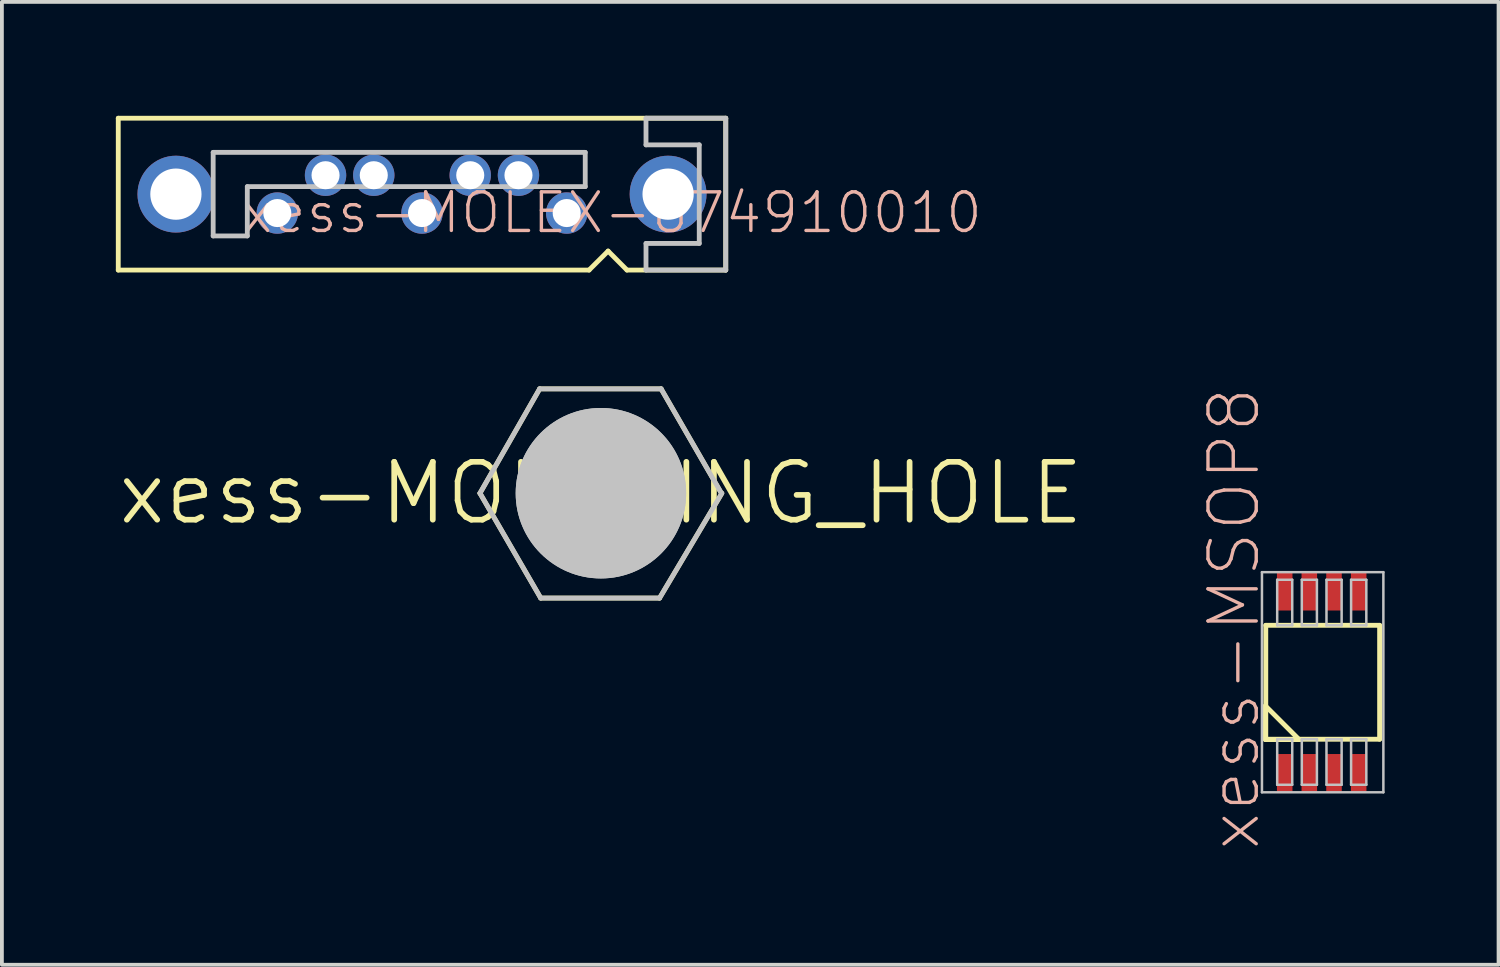
<source format=kicad_pcb>
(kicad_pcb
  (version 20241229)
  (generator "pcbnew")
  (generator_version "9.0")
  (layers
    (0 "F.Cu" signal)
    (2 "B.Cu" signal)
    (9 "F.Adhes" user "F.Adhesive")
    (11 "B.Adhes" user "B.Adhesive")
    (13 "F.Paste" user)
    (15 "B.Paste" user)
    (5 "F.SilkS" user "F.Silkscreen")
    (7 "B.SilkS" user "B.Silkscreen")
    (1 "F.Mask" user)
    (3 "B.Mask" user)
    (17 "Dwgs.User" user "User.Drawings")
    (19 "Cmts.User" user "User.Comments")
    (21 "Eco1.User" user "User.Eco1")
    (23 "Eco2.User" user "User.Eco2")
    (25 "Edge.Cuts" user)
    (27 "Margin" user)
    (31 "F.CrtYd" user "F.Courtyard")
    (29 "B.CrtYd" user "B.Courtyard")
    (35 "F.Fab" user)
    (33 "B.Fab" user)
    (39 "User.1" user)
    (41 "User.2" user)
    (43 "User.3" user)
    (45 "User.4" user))
  (footprint "xess-MOUNTING_HOLE"
    (layer "F.Cu")
    (at 12.773 9.937)
    (property "Reference" "xess-MOUNTING_HOLE" (at 0 0 0) (layer "F.SilkS") (effects (font (size 1.524 1.524) (thickness 0.15))))
    (attr exclude_from_pos_files exclude_from_bom)
    (fp_line (start -3.185 0) (end -1.585 2.761) (stroke (width 0.127) (type solid)) (layer "F.SilkS"))
    (fp_line (start -1.613 -2.748) (end -3.185 0) (stroke (width 0.127) (type solid)) (layer "F.SilkS"))
    (fp_line (start -1.587 0) (end 1.587 0) (stroke (width 0.127) (type solid)) (layer "F.SilkS"))
    (fp_line (start -1.585 2.761) (end 1.544 2.761) (stroke (width 0.127) (type solid)) (layer "F.SilkS"))
    (fp_line (start 0 1.587) (end 0 -1.587) (stroke (width 0.127) (type solid)) (layer "F.SilkS"))
    (fp_line (start 1.544 2.761) (end 3.185 0) (stroke (width 0.127) (type solid)) (layer "F.SilkS"))
    (fp_line (start 1.585 -2.748) (end -1.613 -2.748) (stroke (width 0.127) (type solid)) (layer "F.SilkS"))
    (fp_line (start 3.172 0) (end 1.585 -2.748) (stroke (width 0.127) (type solid)) (layer "F.SilkS"))
    (fp_circle (center 0 0) (end -0.792 0.792) (stroke (width 0.127) (type solid)) (fill no) (layer "F.SilkS"))
    (fp_line (start -3.185 0) (end -1.585 2.761) (stroke (width 0.127) (type solid)) (layer "Dwgs.User"))
    (fp_line (start -1.613 -2.748) (end -3.185 0) (stroke (width 0.127) (type solid)) (layer "Dwgs.User"))
    (fp_line (start -1.585 2.761) (end 1.544 2.761) (stroke (width 0.127) (type solid)) (layer "Dwgs.User"))
    (fp_line (start 1.544 2.761) (end 3.185 0) (stroke (width 0.127) (type solid)) (layer "Dwgs.User"))
    (fp_line (start 1.585 -2.748) (end -1.613 -2.748) (stroke (width 0.127) (type solid)) (layer "Dwgs.User"))
    (fp_line (start 3.172 0) (end 1.585 -2.748) (stroke (width 0.127) (type solid)) (layer "Dwgs.User"))
    (fp_circle (center 0 0) (end -1.587 1.587) (stroke (width 0) (type solid)) (fill yes) (layer "Dwgs.User"))
    (fp_circle (center 0 0) (end -1.587 1.587) (stroke (width 0) (type solid)) (fill yes) (layer "Dwgs.User")))
  (footprint "xess-MOLEX-674910010"
    (layer "F.Cu")
    (at 8.062 2.062)
    (property "Reference" "xess-MOLEX-674910010" (at 5.006 0.49 0) (layer "B.SilkS") (effects (font (size 1.016 1.016) (thickness 0.089))))
    (attr exclude_from_pos_files exclude_from_bom)
    (fp_line (start -7.998 -1.999) (end -7.998 1.999) (stroke (width 0.127) (type solid)) (layer "F.SilkS"))
    (fp_line (start -7.998 1.999) (end 4.399 1.999) (stroke (width 0.127) (type solid)) (layer "F.SilkS"))
    (fp_line (start 4.399 1.999) (end 4.9 1.499) (stroke (width 0.127) (type solid)) (layer "F.SilkS"))
    (fp_line (start 4.9 1.499) (end 5.397 1.999) (stroke (width 0.127) (type solid)) (layer "F.SilkS"))
    (fp_line (start 5.397 1.999) (end 7.998 1.999) (stroke (width 0.127) (type solid)) (layer "F.SilkS"))
    (fp_line (start 7.998 -1.999) (end -7.998 -1.999) (stroke (width 0.127) (type solid)) (layer "F.SilkS"))
    (fp_line (start 7.998 1.999) (end 7.998 -1.999) (stroke (width 0.127) (type solid)) (layer "F.SilkS"))
    (fp_line (start -5.499 -1.1) (end -5.499 1.1) (stroke (width 0.127) (type solid)) (layer "Dwgs.User"))
    (fp_line (start -5.499 1.1) (end -4.6 1.1) (stroke (width 0.127) (type solid)) (layer "Dwgs.User"))
    (fp_line (start -4.6 -0.198) (end 4.298 -0.198) (stroke (width 0.127) (type solid)) (layer "Dwgs.User"))
    (fp_line (start -4.6 1.1) (end -4.6 -0.198) (stroke (width 0.127) (type solid)) (layer "Dwgs.User"))
    (fp_line (start 4.298 -1.1) (end -5.499 -1.1) (stroke (width 0.127) (type solid)) (layer "Dwgs.User"))
    (fp_line (start 4.298 -0.198) (end 4.298 -1.1) (stroke (width 0.127) (type solid)) (layer "Dwgs.User"))
    (fp_line (start 5.898 -1.999) (end 5.898 -1.298) (stroke (width 0.127) (type solid)) (layer "Dwgs.User"))
    (fp_line (start 5.898 -1.298) (end 7.3 -1.298) (stroke (width 0.127) (type solid)) (layer "Dwgs.User"))
    (fp_line (start 5.898 1.298) (end 5.898 1.999) (stroke (width 0.127) (type solid)) (layer "Dwgs.User"))
    (fp_line (start 5.898 1.999) (end 7.998 1.999) (stroke (width 0.127) (type solid)) (layer "Dwgs.User"))
    (fp_line (start 7.3 -1.298) (end 7.3 1.298) (stroke (width 0.127) (type solid)) (layer "Dwgs.User"))
    (fp_line (start 7.3 1.298) (end 5.898 1.298) (stroke (width 0.127) (type solid)) (layer "Dwgs.User"))
    (fp_line (start 7.998 -1.999) (end 5.898 -1.999) (stroke (width 0.127) (type solid)) (layer "Dwgs.User"))
    (fp_line (start 7.998 1.999) (end 7.998 -1.999) (stroke (width 0.127) (type solid)) (layer "Dwgs.User"))
    (pad "1" thru_hole circle (at 3.81 0.498) (size 1.09 1.09) (drill 0.739) (layers "*.Cu" "*.Mask"))
    (pad "2" thru_hole circle (at 2.54 -0.498) (size 1.09 1.09) (drill 0.739) (layers "*.Cu" "*.Mask"))
    (pad "3" thru_hole circle (at 1.27 -0.498) (size 1.09 1.09) (drill 0.739) (layers "*.Cu" "*.Mask"))
    (pad "4" thru_hole circle (at 0 0.498) (size 1.09 1.09) (drill 0.739) (layers "*.Cu" "*.Mask"))
    (pad "5" thru_hole circle (at -1.27 -0.498) (size 1.09 1.09) (drill 0.739) (layers "*.Cu" "*.Mask"))
    (pad "6" thru_hole circle (at -2.54 -0.498) (size 1.09 1.09) (drill 0.739) (layers "*.Cu" "*.Mask"))
    (pad "7" thru_hole circle (at -3.81 0.498) (size 1.09 1.09) (drill 0.739) (layers "*.Cu" "*.Mask"))
    (pad "P1" thru_hole circle (at 6.48 0) (size 2.024 2.024) (drill 1.349) (layers "*.Cu" "*.Mask"))
    (pad "P2" thru_hole circle (at -6.48 0) (size 2.024 2.024) (drill 1.349) (layers "*.Cu" "*.Mask")))
  (footprint "xess-MSOP8"
    (layer "F.Cu")
    (at 30.778 17.314)
    (property "Reference" "xess-MSOP8" (at -1.333 -4.074 90) (layer "B.SilkS") (effects (font (size 1.27 1.27) (thickness 0.089))))
    (attr smd)
    (fp_line (start -0.508 -1.778) (end -0.508 -0.889) (stroke (width 0.127) (type solid)) (layer "F.SilkS"))
    (fp_line (start -0.508 -0.889) (end 0.381 -0.889) (stroke (width 0.127) (type solid)) (layer "F.SilkS"))
    (fp_line (start -0.498 -3.899) (end -0.498 -0.899) (stroke (width 0.127) (type solid)) (layer "F.SilkS"))
    (fp_line (start -0.498 -0.899) (end 2.499 -0.899) (stroke (width 0.127) (type solid)) (layer "F.SilkS"))
    (fp_line (start 0.381 -0.889) (end -0.508 -1.778) (stroke (width 0.127) (type solid)) (layer "F.SilkS"))
    (fp_line (start 2.499 -3.899) (end -0.498 -3.899) (stroke (width 0.127) (type solid)) (layer "F.SilkS"))
    (fp_line (start 2.499 -0.899) (end 2.499 -3.899) (stroke (width 0.127) (type solid)) (layer "F.SilkS"))
    (fp_line (start -0.599 -5.298) (end 2.598 -5.298) (stroke (width 0.066) (type solid)) (layer "Dwgs.User"))
    (fp_line (start -0.599 0.498) (end -0.599 -5.298) (stroke (width 0.066) (type solid)) (layer "Dwgs.User"))
    (fp_line (start -0.599 0.498) (end 2.598 0.498) (stroke (width 0.066) (type solid)) (layer "Dwgs.User"))
    (fp_line (start -0.198 -5.098) (end 0.198 -5.098) (stroke (width 0.066) (type solid)) (layer "Dwgs.User"))
    (fp_line (start -0.198 -3.899) (end -0.198 -5.098) (stroke (width 0.066) (type solid)) (layer "Dwgs.User"))
    (fp_line (start -0.198 -3.899) (end 0.198 -3.899) (stroke (width 0.066) (type solid)) (layer "Dwgs.User"))
    (fp_line (start -0.198 -0.899) (end 0.198 -0.899) (stroke (width 0.066) (type solid)) (layer "Dwgs.User"))
    (fp_line (start -0.198 0.3) (end -0.198 -0.899) (stroke (width 0.066) (type solid)) (layer "Dwgs.User"))
    (fp_line (start -0.198 0.3) (end 0.198 0.3) (stroke (width 0.066) (type solid)) (layer "Dwgs.User"))
    (fp_line (start 0.198 -3.899) (end 0.198 -5.098) (stroke (width 0.066) (type solid)) (layer "Dwgs.User"))
    (fp_line (start 0.198 0.3) (end 0.198 -0.899) (stroke (width 0.066) (type solid)) (layer "Dwgs.User"))
    (fp_line (start 0.45 -5.098) (end 0.848 -5.098) (stroke (width 0.066) (type solid)) (layer "Dwgs.User"))
    (fp_line (start 0.45 -3.899) (end 0.45 -5.098) (stroke (width 0.066) (type solid)) (layer "Dwgs.User"))
    (fp_line (start 0.45 -3.899) (end 0.848 -3.899) (stroke (width 0.066) (type solid)) (layer "Dwgs.User"))
    (fp_line (start 0.45 -0.899) (end 0.848 -0.899) (stroke (width 0.066) (type solid)) (layer "Dwgs.User"))
    (fp_line (start 0.45 0.3) (end 0.45 -0.899) (stroke (width 0.066) (type solid)) (layer "Dwgs.User"))
    (fp_line (start 0.45 0.3) (end 0.848 0.3) (stroke (width 0.066) (type solid)) (layer "Dwgs.User"))
    (fp_line (start 0.848 -3.899) (end 0.848 -5.098) (stroke (width 0.066) (type solid)) (layer "Dwgs.User"))
    (fp_line (start 0.848 0.3) (end 0.848 -0.899) (stroke (width 0.066) (type solid)) (layer "Dwgs.User"))
    (fp_line (start 1.1 -5.098) (end 1.499 -5.098) (stroke (width 0.066) (type solid)) (layer "Dwgs.User"))
    (fp_line (start 1.1 -3.899) (end 1.1 -5.098) (stroke (width 0.066) (type solid)) (layer "Dwgs.User"))
    (fp_line (start 1.1 -3.899) (end 1.499 -3.899) (stroke (width 0.066) (type solid)) (layer "Dwgs.User"))
    (fp_line (start 1.1 -0.899) (end 1.499 -0.899) (stroke (width 0.066) (type solid)) (layer "Dwgs.User"))
    (fp_line (start 1.1 0.3) (end 1.1 -0.899) (stroke (width 0.066) (type solid)) (layer "Dwgs.User"))
    (fp_line (start 1.1 0.3) (end 1.499 0.3) (stroke (width 0.066) (type solid)) (layer "Dwgs.User"))
    (fp_line (start 1.499 -3.899) (end 1.499 -5.098) (stroke (width 0.066) (type solid)) (layer "Dwgs.User"))
    (fp_line (start 1.499 0.3) (end 1.499 -0.899) (stroke (width 0.066) (type solid)) (layer "Dwgs.User"))
    (fp_line (start 1.748 -5.098) (end 2.149 -5.098) (stroke (width 0.066) (type solid)) (layer "Dwgs.User"))
    (fp_line (start 1.748 -3.899) (end 1.748 -5.098) (stroke (width 0.066) (type solid)) (layer "Dwgs.User"))
    (fp_line (start 1.748 -3.899) (end 2.149 -3.899) (stroke (width 0.066) (type solid)) (layer "Dwgs.User"))
    (fp_line (start 1.748 -0.899) (end 2.149 -0.899) (stroke (width 0.066) (type solid)) (layer "Dwgs.User"))
    (fp_line (start 1.748 0.3) (end 1.748 -0.899) (stroke (width 0.066) (type solid)) (layer "Dwgs.User"))
    (fp_line (start 1.748 0.3) (end 2.149 0.3) (stroke (width 0.066) (type solid)) (layer "Dwgs.User"))
    (fp_line (start 2.149 -3.899) (end 2.149 -5.098) (stroke (width 0.066) (type solid)) (layer "Dwgs.User"))
    (fp_line (start 2.149 0.3) (end 2.149 -0.899) (stroke (width 0.066) (type solid)) (layer "Dwgs.User"))
    (fp_line (start 2.598 0.498) (end 2.598 -5.298) (stroke (width 0.066) (type solid)) (layer "Dwgs.User"))
    (pad "1" smd rect (at 0 0) (size 0.409 1.019) (layers "F.Cu" "F.Mask" "F.Paste"))
    (pad "2" smd rect (at 0.648 0) (size 0.409 1.019) (layers "F.Cu" "F.Mask" "F.Paste"))
    (pad "3" smd rect (at 1.298 0) (size 0.409 1.019) (layers "F.Cu" "F.Mask" "F.Paste"))
    (pad "4" smd rect (at 1.948 0) (size 0.409 1.019) (layers "F.Cu" "F.Mask" "F.Paste"))
    (pad "5" smd rect (at 1.948 -4.798) (size 0.409 1.019) (layers "F.Cu" "F.Mask" "F.Paste"))
    (pad "6" smd rect (at 1.298 -4.798) (size 0.409 1.019) (layers "F.Cu" "F.Mask" "F.Paste"))
    (pad "7" smd rect (at 0.648 -4.798) (size 0.409 1.019) (layers "F.Cu" "F.Mask" "F.Paste"))
    (pad "8" smd rect (at 0 -4.798) (size 0.409 1.019) (layers "F.Cu" "F.Mask" "F.Paste")))
  (gr_rect
    (start -3 -3)
    (end 36.409 22.354)
    (stroke (width 0.1) (type default))
    (fill no)
    (layer "Edge.Cuts")))
</source>
